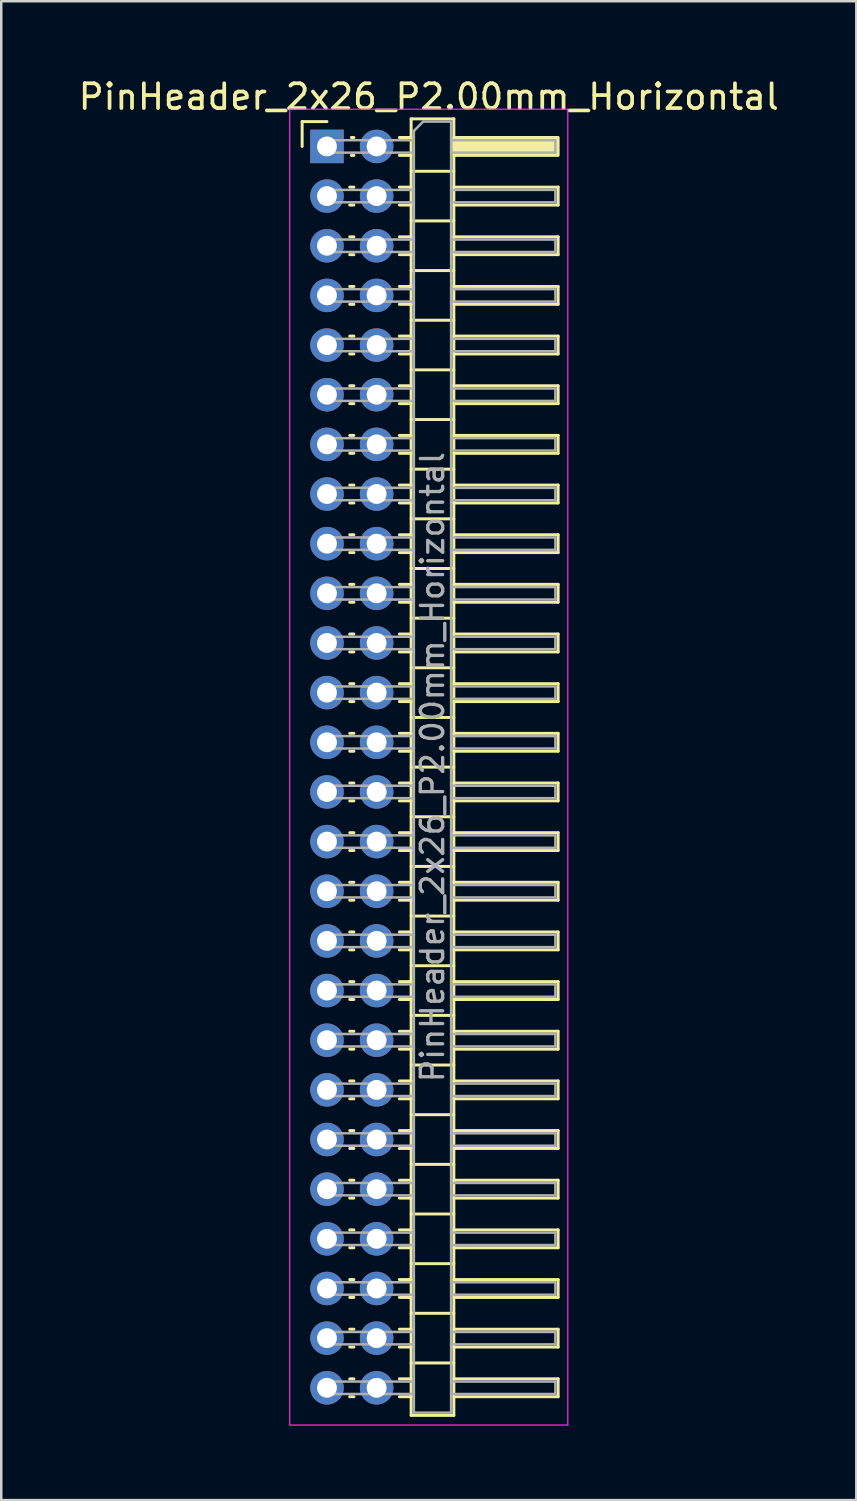
<source format=kicad_pcb>
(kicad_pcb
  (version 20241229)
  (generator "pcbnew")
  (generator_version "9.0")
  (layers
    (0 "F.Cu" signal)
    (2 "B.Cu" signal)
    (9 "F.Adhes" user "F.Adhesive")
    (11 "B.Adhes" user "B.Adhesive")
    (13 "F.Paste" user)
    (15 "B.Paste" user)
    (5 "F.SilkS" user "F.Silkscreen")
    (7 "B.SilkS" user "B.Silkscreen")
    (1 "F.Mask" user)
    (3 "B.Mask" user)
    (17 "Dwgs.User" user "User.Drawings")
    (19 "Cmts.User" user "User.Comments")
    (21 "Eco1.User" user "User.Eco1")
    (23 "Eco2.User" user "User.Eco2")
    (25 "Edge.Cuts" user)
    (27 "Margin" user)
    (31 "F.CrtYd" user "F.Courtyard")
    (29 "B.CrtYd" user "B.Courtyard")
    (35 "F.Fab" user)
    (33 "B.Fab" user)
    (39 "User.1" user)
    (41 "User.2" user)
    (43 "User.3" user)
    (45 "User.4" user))
  (footprint "PinHeader_2x26_P2.00mm_Horizontal"
    (layer "F.Cu")
    (at 10.12 2.848)
    (property "Reference" "PinHeader_2x26_P2.00mm_Horizontal" (at 4.1 -2 0) (layer "F.SilkS") (effects (font (size 1 1) (thickness 0.15))))
    (attr through_hole)
    (fp_line (start -1 -1) (end 0 -1) (stroke (width 0.12) (type solid)) (layer "F.SilkS"))
    (fp_line (start -1 0) (end -1 -1) (stroke (width 0.12) (type solid)) (layer "F.SilkS"))
    (fp_line (start 0.917 1.64) (end 1.083 1.64) (stroke (width 0.12) (type solid)) (layer "F.SilkS"))
    (fp_line (start 0.917 2.36) (end 1.083 2.36) (stroke (width 0.12) (type solid)) (layer "F.SilkS"))
    (fp_line (start 0.917 3.64) (end 1.083 3.64) (stroke (width 0.12) (type solid)) (layer "F.SilkS"))
    (fp_line (start 0.917 4.36) (end 1.083 4.36) (stroke (width 0.12) (type solid)) (layer "F.SilkS"))
    (fp_line (start 0.917 5.64) (end 1.083 5.64) (stroke (width 0.12) (type solid)) (layer "F.SilkS"))
    (fp_line (start 0.917 6.36) (end 1.083 6.36) (stroke (width 0.12) (type solid)) (layer "F.SilkS"))
    (fp_line (start 0.917 7.64) (end 1.083 7.64) (stroke (width 0.12) (type solid)) (layer "F.SilkS"))
    (fp_line (start 0.917 8.36) (end 1.083 8.36) (stroke (width 0.12) (type solid)) (layer "F.SilkS"))
    (fp_line (start 0.917 9.64) (end 1.083 9.64) (stroke (width 0.12) (type solid)) (layer "F.SilkS"))
    (fp_line (start 0.917 10.36) (end 1.083 10.36) (stroke (width 0.12) (type solid)) (layer "F.SilkS"))
    (fp_line (start 0.917 11.64) (end 1.083 11.64) (stroke (width 0.12) (type solid)) (layer "F.SilkS"))
    (fp_line (start 0.917 12.36) (end 1.083 12.36) (stroke (width 0.12) (type solid)) (layer "F.SilkS"))
    (fp_line (start 0.917 13.64) (end 1.083 13.64) (stroke (width 0.12) (type solid)) (layer "F.SilkS"))
    (fp_line (start 0.917 14.36) (end 1.083 14.36) (stroke (width 0.12) (type solid)) (layer "F.SilkS"))
    (fp_line (start 0.917 15.64) (end 1.083 15.64) (stroke (width 0.12) (type solid)) (layer "F.SilkS"))
    (fp_line (start 0.917 16.36) (end 1.083 16.36) (stroke (width 0.12) (type solid)) (layer "F.SilkS"))
    (fp_line (start 0.917 17.64) (end 1.083 17.64) (stroke (width 0.12) (type solid)) (layer "F.SilkS"))
    (fp_line (start 0.917 18.36) (end 1.083 18.36) (stroke (width 0.12) (type solid)) (layer "F.SilkS"))
    (fp_line (start 0.917 19.64) (end 1.083 19.64) (stroke (width 0.12) (type solid)) (layer "F.SilkS"))
    (fp_line (start 0.917 20.36) (end 1.083 20.36) (stroke (width 0.12) (type solid)) (layer "F.SilkS"))
    (fp_line (start 0.917 21.64) (end 1.083 21.64) (stroke (width 0.12) (type solid)) (layer "F.SilkS"))
    (fp_line (start 0.917 22.36) (end 1.083 22.36) (stroke (width 0.12) (type solid)) (layer "F.SilkS"))
    (fp_line (start 0.917 23.64) (end 1.083 23.64) (stroke (width 0.12) (type solid)) (layer "F.SilkS"))
    (fp_line (start 0.917 24.36) (end 1.083 24.36) (stroke (width 0.12) (type solid)) (layer "F.SilkS"))
    (fp_line (start 0.917 25.64) (end 1.083 25.64) (stroke (width 0.12) (type solid)) (layer "F.SilkS"))
    (fp_line (start 0.917 26.36) (end 1.083 26.36) (stroke (width 0.12) (type solid)) (layer "F.SilkS"))
    (fp_line (start 0.917 27.64) (end 1.083 27.64) (stroke (width 0.12) (type solid)) (layer "F.SilkS"))
    (fp_line (start 0.917 28.36) (end 1.083 28.36) (stroke (width 0.12) (type solid)) (layer "F.SilkS"))
    (fp_line (start 0.917 29.64) (end 1.083 29.64) (stroke (width 0.12) (type solid)) (layer "F.SilkS"))
    (fp_line (start 0.917 30.36) (end 1.083 30.36) (stroke (width 0.12) (type solid)) (layer "F.SilkS"))
    (fp_line (start 0.917 31.64) (end 1.083 31.64) (stroke (width 0.12) (type solid)) (layer "F.SilkS"))
    (fp_line (start 0.917 32.36) (end 1.083 32.36) (stroke (width 0.12) (type solid)) (layer "F.SilkS"))
    (fp_line (start 0.917 33.64) (end 1.083 33.64) (stroke (width 0.12) (type solid)) (layer "F.SilkS"))
    (fp_line (start 0.917 34.36) (end 1.083 34.36) (stroke (width 0.12) (type solid)) (layer "F.SilkS"))
    (fp_line (start 0.917 35.64) (end 1.083 35.64) (stroke (width 0.12) (type solid)) (layer "F.SilkS"))
    (fp_line (start 0.917 36.36) (end 1.083 36.36) (stroke (width 0.12) (type solid)) (layer "F.SilkS"))
    (fp_line (start 0.917 37.64) (end 1.083 37.64) (stroke (width 0.12) (type solid)) (layer "F.SilkS"))
    (fp_line (start 0.917 38.36) (end 1.083 38.36) (stroke (width 0.12) (type solid)) (layer "F.SilkS"))
    (fp_line (start 0.917 39.64) (end 1.083 39.64) (stroke (width 0.12) (type solid)) (layer "F.SilkS"))
    (fp_line (start 0.917 40.36) (end 1.083 40.36) (stroke (width 0.12) (type solid)) (layer "F.SilkS"))
    (fp_line (start 0.917 41.64) (end 1.083 41.64) (stroke (width 0.12) (type solid)) (layer "F.SilkS"))
    (fp_line (start 0.917 42.36) (end 1.083 42.36) (stroke (width 0.12) (type solid)) (layer "F.SilkS"))
    (fp_line (start 0.917 43.64) (end 1.083 43.64) (stroke (width 0.12) (type solid)) (layer "F.SilkS"))
    (fp_line (start 0.917 44.36) (end 1.083 44.36) (stroke (width 0.12) (type solid)) (layer "F.SilkS"))
    (fp_line (start 0.917 45.64) (end 1.083 45.64) (stroke (width 0.12) (type solid)) (layer "F.SilkS"))
    (fp_line (start 0.917 46.36) (end 1.083 46.36) (stroke (width 0.12) (type solid)) (layer "F.SilkS"))
    (fp_line (start 0.917 47.64) (end 1.083 47.64) (stroke (width 0.12) (type solid)) (layer "F.SilkS"))
    (fp_line (start 0.917 48.36) (end 1.083 48.36) (stroke (width 0.12) (type solid)) (layer "F.SilkS"))
    (fp_line (start 0.917 49.64) (end 1.083 49.64) (stroke (width 0.12) (type solid)) (layer "F.SilkS"))
    (fp_line (start 0.917 50.36) (end 1.083 50.36) (stroke (width 0.12) (type solid)) (layer "F.SilkS"))
    (fp_line (start 0.985 -0.36) (end 1.083 -0.36) (stroke (width 0.12) (type solid)) (layer "F.SilkS"))
    (fp_line (start 0.985 0.36) (end 1.083 0.36) (stroke (width 0.12) (type solid)) (layer "F.SilkS"))
    (fp_line (start 2.917 -0.36) (end 3.39 -0.36) (stroke (width 0.12) (type solid)) (layer "F.SilkS"))
    (fp_line (start 2.917 0.36) (end 3.39 0.36) (stroke (width 0.12) (type solid)) (layer "F.SilkS"))
    (fp_line (start 2.917 1.64) (end 3.39 1.64) (stroke (width 0.12) (type solid)) (layer "F.SilkS"))
    (fp_line (start 2.917 2.36) (end 3.39 2.36) (stroke (width 0.12) (type solid)) (layer "F.SilkS"))
    (fp_line (start 2.917 3.64) (end 3.39 3.64) (stroke (width 0.12) (type solid)) (layer "F.SilkS"))
    (fp_line (start 2.917 4.36) (end 3.39 4.36) (stroke (width 0.12) (type solid)) (layer "F.SilkS"))
    (fp_line (start 2.917 5.64) (end 3.39 5.64) (stroke (width 0.12) (type solid)) (layer "F.SilkS"))
    (fp_line (start 2.917 6.36) (end 3.39 6.36) (stroke (width 0.12) (type solid)) (layer "F.SilkS"))
    (fp_line (start 2.917 7.64) (end 3.39 7.64) (stroke (width 0.12) (type solid)) (layer "F.SilkS"))
    (fp_line (start 2.917 8.36) (end 3.39 8.36) (stroke (width 0.12) (type solid)) (layer "F.SilkS"))
    (fp_line (start 2.917 9.64) (end 3.39 9.64) (stroke (width 0.12) (type solid)) (layer "F.SilkS"))
    (fp_line (start 2.917 10.36) (end 3.39 10.36) (stroke (width 0.12) (type solid)) (layer "F.SilkS"))
    (fp_line (start 2.917 11.64) (end 3.39 11.64) (stroke (width 0.12) (type solid)) (layer "F.SilkS"))
    (fp_line (start 2.917 12.36) (end 3.39 12.36) (stroke (width 0.12) (type solid)) (layer "F.SilkS"))
    (fp_line (start 2.917 13.64) (end 3.39 13.64) (stroke (width 0.12) (type solid)) (layer "F.SilkS"))
    (fp_line (start 2.917 14.36) (end 3.39 14.36) (stroke (width 0.12) (type solid)) (layer "F.SilkS"))
    (fp_line (start 2.917 15.64) (end 3.39 15.64) (stroke (width 0.12) (type solid)) (layer "F.SilkS"))
    (fp_line (start 2.917 16.36) (end 3.39 16.36) (stroke (width 0.12) (type solid)) (layer "F.SilkS"))
    (fp_line (start 2.917 17.64) (end 3.39 17.64) (stroke (width 0.12) (type solid)) (layer "F.SilkS"))
    (fp_line (start 2.917 18.36) (end 3.39 18.36) (stroke (width 0.12) (type solid)) (layer "F.SilkS"))
    (fp_line (start 2.917 19.64) (end 3.39 19.64) (stroke (width 0.12) (type solid)) (layer "F.SilkS"))
    (fp_line (start 2.917 20.36) (end 3.39 20.36) (stroke (width 0.12) (type solid)) (layer "F.SilkS"))
    (fp_line (start 2.917 21.64) (end 3.39 21.64) (stroke (width 0.12) (type solid)) (layer "F.SilkS"))
    (fp_line (start 2.917 22.36) (end 3.39 22.36) (stroke (width 0.12) (type solid)) (layer "F.SilkS"))
    (fp_line (start 2.917 23.64) (end 3.39 23.64) (stroke (width 0.12) (type solid)) (layer "F.SilkS"))
    (fp_line (start 2.917 24.36) (end 3.39 24.36) (stroke (width 0.12) (type solid)) (layer "F.SilkS"))
    (fp_line (start 2.917 25.64) (end 3.39 25.64) (stroke (width 0.12) (type solid)) (layer "F.SilkS"))
    (fp_line (start 2.917 26.36) (end 3.39 26.36) (stroke (width 0.12) (type solid)) (layer "F.SilkS"))
    (fp_line (start 2.917 27.64) (end 3.39 27.64) (stroke (width 0.12) (type solid)) (layer "F.SilkS"))
    (fp_line (start 2.917 28.36) (end 3.39 28.36) (stroke (width 0.12) (type solid)) (layer "F.SilkS"))
    (fp_line (start 2.917 29.64) (end 3.39 29.64) (stroke (width 0.12) (type solid)) (layer "F.SilkS"))
    (fp_line (start 2.917 30.36) (end 3.39 30.36) (stroke (width 0.12) (type solid)) (layer "F.SilkS"))
    (fp_line (start 2.917 31.64) (end 3.39 31.64) (stroke (width 0.12) (type solid)) (layer "F.SilkS"))
    (fp_line (start 2.917 32.36) (end 3.39 32.36) (stroke (width 0.12) (type solid)) (layer "F.SilkS"))
    (fp_line (start 2.917 33.64) (end 3.39 33.64) (stroke (width 0.12) (type solid)) (layer "F.SilkS"))
    (fp_line (start 2.917 34.36) (end 3.39 34.36) (stroke (width 0.12) (type solid)) (layer "F.SilkS"))
    (fp_line (start 2.917 35.64) (end 3.39 35.64) (stroke (width 0.12) (type solid)) (layer "F.SilkS"))
    (fp_line (start 2.917 36.36) (end 3.39 36.36) (stroke (width 0.12) (type solid)) (layer "F.SilkS"))
    (fp_line (start 2.917 37.64) (end 3.39 37.64) (stroke (width 0.12) (type solid)) (layer "F.SilkS"))
    (fp_line (start 2.917 38.36) (end 3.39 38.36) (stroke (width 0.12) (type solid)) (layer "F.SilkS"))
    (fp_line (start 2.917 39.64) (end 3.39 39.64) (stroke (width 0.12) (type solid)) (layer "F.SilkS"))
    (fp_line (start 2.917 40.36) (end 3.39 40.36) (stroke (width 0.12) (type solid)) (layer "F.SilkS"))
    (fp_line (start 2.917 41.64) (end 3.39 41.64) (stroke (width 0.12) (type solid)) (layer "F.SilkS"))
    (fp_line (start 2.917 42.36) (end 3.39 42.36) (stroke (width 0.12) (type solid)) (layer "F.SilkS"))
    (fp_line (start 2.917 43.64) (end 3.39 43.64) (stroke (width 0.12) (type solid)) (layer "F.SilkS"))
    (fp_line (start 2.917 44.36) (end 3.39 44.36) (stroke (width 0.12) (type solid)) (layer "F.SilkS"))
    (fp_line (start 2.917 45.64) (end 3.39 45.64) (stroke (width 0.12) (type solid)) (layer "F.SilkS"))
    (fp_line (start 2.917 46.36) (end 3.39 46.36) (stroke (width 0.12) (type solid)) (layer "F.SilkS"))
    (fp_line (start 2.917 47.64) (end 3.39 47.64) (stroke (width 0.12) (type solid)) (layer "F.SilkS"))
    (fp_line (start 2.917 48.36) (end 3.39 48.36) (stroke (width 0.12) (type solid)) (layer "F.SilkS"))
    (fp_line (start 2.917 49.64) (end 3.39 49.64) (stroke (width 0.12) (type solid)) (layer "F.SilkS"))
    (fp_line (start 2.917 50.36) (end 3.39 50.36) (stroke (width 0.12) (type solid)) (layer "F.SilkS"))
    (fp_line (start 3.39 -1.11) (end 3.39 51.11) (stroke (width 0.12) (type solid)) (layer "F.SilkS"))
    (fp_line (start 3.39 1) (end 5.11 1) (stroke (width 0.12) (type solid)) (layer "F.SilkS"))
    (fp_line (start 3.39 3) (end 5.11 3) (stroke (width 0.12) (type solid)) (layer "F.SilkS"))
    (fp_line (start 3.39 5) (end 5.11 5) (stroke (width 0.12) (type solid)) (layer "F.SilkS"))
    (fp_line (start 3.39 7) (end 5.11 7) (stroke (width 0.12) (type solid)) (layer "F.SilkS"))
    (fp_line (start 3.39 9) (end 5.11 9) (stroke (width 0.12) (type solid)) (layer "F.SilkS"))
    (fp_line (start 3.39 11) (end 5.11 11) (stroke (width 0.12) (type solid)) (layer "F.SilkS"))
    (fp_line (start 3.39 13) (end 5.11 13) (stroke (width 0.12) (type solid)) (layer "F.SilkS"))
    (fp_line (start 3.39 15) (end 5.11 15) (stroke (width 0.12) (type solid)) (layer "F.SilkS"))
    (fp_line (start 3.39 17) (end 5.11 17) (stroke (width 0.12) (type solid)) (layer "F.SilkS"))
    (fp_line (start 3.39 19) (end 5.11 19) (stroke (width 0.12) (type solid)) (layer "F.SilkS"))
    (fp_line (start 3.39 21) (end 5.11 21) (stroke (width 0.12) (type solid)) (layer "F.SilkS"))
    (fp_line (start 3.39 23) (end 5.11 23) (stroke (width 0.12) (type solid)) (layer "F.SilkS"))
    (fp_line (start 3.39 25) (end 5.11 25) (stroke (width 0.12) (type solid)) (layer "F.SilkS"))
    (fp_line (start 3.39 27) (end 5.11 27) (stroke (width 0.12) (type solid)) (layer "F.SilkS"))
    (fp_line (start 3.39 29) (end 5.11 29) (stroke (width 0.12) (type solid)) (layer "F.SilkS"))
    (fp_line (start 3.39 31) (end 5.11 31) (stroke (width 0.12) (type solid)) (layer "F.SilkS"))
    (fp_line (start 3.39 33) (end 5.11 33) (stroke (width 0.12) (type solid)) (layer "F.SilkS"))
    (fp_line (start 3.39 35) (end 5.11 35) (stroke (width 0.12) (type solid)) (layer "F.SilkS"))
    (fp_line (start 3.39 37) (end 5.11 37) (stroke (width 0.12) (type solid)) (layer "F.SilkS"))
    (fp_line (start 3.39 39) (end 5.11 39) (stroke (width 0.12) (type solid)) (layer "F.SilkS"))
    (fp_line (start 3.39 41) (end 5.11 41) (stroke (width 0.12) (type solid)) (layer "F.SilkS"))
    (fp_line (start 3.39 43) (end 5.11 43) (stroke (width 0.12) (type solid)) (layer "F.SilkS"))
    (fp_line (start 3.39 45) (end 5.11 45) (stroke (width 0.12) (type solid)) (layer "F.SilkS"))
    (fp_line (start 3.39 47) (end 5.11 47) (stroke (width 0.12) (type solid)) (layer "F.SilkS"))
    (fp_line (start 3.39 49) (end 5.11 49) (stroke (width 0.12) (type solid)) (layer "F.SilkS"))
    (fp_line (start 3.39 51.11) (end 5.11 51.11) (stroke (width 0.12) (type solid)) (layer "F.SilkS"))
    (fp_line (start 5.11 -1.11) (end 3.39 -1.11) (stroke (width 0.12) (type solid)) (layer "F.SilkS"))
    (fp_line (start 5.11 1.64) (end 9.31 1.64) (stroke (width 0.12) (type solid)) (layer "F.SilkS"))
    (fp_line (start 5.11 3.64) (end 9.31 3.64) (stroke (width 0.12) (type solid)) (layer "F.SilkS"))
    (fp_line (start 5.11 5.64) (end 9.31 5.64) (stroke (width 0.12) (type solid)) (layer "F.SilkS"))
    (fp_line (start 5.11 7.64) (end 9.31 7.64) (stroke (width 0.12) (type solid)) (layer "F.SilkS"))
    (fp_line (start 5.11 9.64) (end 9.31 9.64) (stroke (width 0.12) (type solid)) (layer "F.SilkS"))
    (fp_line (start 5.11 11.64) (end 9.31 11.64) (stroke (width 0.12) (type solid)) (layer "F.SilkS"))
    (fp_line (start 5.11 13.64) (end 9.31 13.64) (stroke (width 0.12) (type solid)) (layer "F.SilkS"))
    (fp_line (start 5.11 15.64) (end 9.31 15.64) (stroke (width 0.12) (type solid)) (layer "F.SilkS"))
    (fp_line (start 5.11 17.64) (end 9.31 17.64) (stroke (width 0.12) (type solid)) (layer "F.SilkS"))
    (fp_line (start 5.11 19.64) (end 9.31 19.64) (stroke (width 0.12) (type solid)) (layer "F.SilkS"))
    (fp_line (start 5.11 21.64) (end 9.31 21.64) (stroke (width 0.12) (type solid)) (layer "F.SilkS"))
    (fp_line (start 5.11 23.64) (end 9.31 23.64) (stroke (width 0.12) (type solid)) (layer "F.SilkS"))
    (fp_line (start 5.11 25.64) (end 9.31 25.64) (stroke (width 0.12) (type solid)) (layer "F.SilkS"))
    (fp_line (start 5.11 27.64) (end 9.31 27.64) (stroke (width 0.12) (type solid)) (layer "F.SilkS"))
    (fp_line (start 5.11 29.64) (end 9.31 29.64) (stroke (width 0.12) (type solid)) (layer "F.SilkS"))
    (fp_line (start 5.11 31.64) (end 9.31 31.64) (stroke (width 0.12) (type solid)) (layer "F.SilkS"))
    (fp_line (start 5.11 33.64) (end 9.31 33.64) (stroke (width 0.12) (type solid)) (layer "F.SilkS"))
    (fp_line (start 5.11 35.64) (end 9.31 35.64) (stroke (width 0.12) (type solid)) (layer "F.SilkS"))
    (fp_line (start 5.11 37.64) (end 9.31 37.64) (stroke (width 0.12) (type solid)) (layer "F.SilkS"))
    (fp_line (start 5.11 39.64) (end 9.31 39.64) (stroke (width 0.12) (type solid)) (layer "F.SilkS"))
    (fp_line (start 5.11 41.64) (end 9.31 41.64) (stroke (width 0.12) (type solid)) (layer "F.SilkS"))
    (fp_line (start 5.11 43.64) (end 9.31 43.64) (stroke (width 0.12) (type solid)) (layer "F.SilkS"))
    (fp_line (start 5.11 45.64) (end 9.31 45.64) (stroke (width 0.12) (type solid)) (layer "F.SilkS"))
    (fp_line (start 5.11 47.64) (end 9.31 47.64) (stroke (width 0.12) (type solid)) (layer "F.SilkS"))
    (fp_line (start 5.11 49.64) (end 9.31 49.64) (stroke (width 0.12) (type solid)) (layer "F.SilkS"))
    (fp_line (start 5.11 51.11) (end 5.11 -1.11) (stroke (width 0.12) (type solid)) (layer "F.SilkS"))
    (fp_line (start 9.31 1.64) (end 9.31 2.36) (stroke (width 0.12) (type solid)) (layer "F.SilkS"))
    (fp_line (start 9.31 2.36) (end 5.11 2.36) (stroke (width 0.12) (type solid)) (layer "F.SilkS"))
    (fp_line (start 9.31 3.64) (end 9.31 4.36) (stroke (width 0.12) (type solid)) (layer "F.SilkS"))
    (fp_line (start 9.31 4.36) (end 5.11 4.36) (stroke (width 0.12) (type solid)) (layer "F.SilkS"))
    (fp_line (start 9.31 5.64) (end 9.31 6.36) (stroke (width 0.12) (type solid)) (layer "F.SilkS"))
    (fp_line (start 9.31 6.36) (end 5.11 6.36) (stroke (width 0.12) (type solid)) (layer "F.SilkS"))
    (fp_line (start 9.31 7.64) (end 9.31 8.36) (stroke (width 0.12) (type solid)) (layer "F.SilkS"))
    (fp_line (start 9.31 8.36) (end 5.11 8.36) (stroke (width 0.12) (type solid)) (layer "F.SilkS"))
    (fp_line (start 9.31 9.64) (end 9.31 10.36) (stroke (width 0.12) (type solid)) (layer "F.SilkS"))
    (fp_line (start 9.31 10.36) (end 5.11 10.36) (stroke (width 0.12) (type solid)) (layer "F.SilkS"))
    (fp_line (start 9.31 11.64) (end 9.31 12.36) (stroke (width 0.12) (type solid)) (layer "F.SilkS"))
    (fp_line (start 9.31 12.36) (end 5.11 12.36) (stroke (width 0.12) (type solid)) (layer "F.SilkS"))
    (fp_line (start 9.31 13.64) (end 9.31 14.36) (stroke (width 0.12) (type solid)) (layer "F.SilkS"))
    (fp_line (start 9.31 14.36) (end 5.11 14.36) (stroke (width 0.12) (type solid)) (layer "F.SilkS"))
    (fp_line (start 9.31 15.64) (end 9.31 16.36) (stroke (width 0.12) (type solid)) (layer "F.SilkS"))
    (fp_line (start 9.31 16.36) (end 5.11 16.36) (stroke (width 0.12) (type solid)) (layer "F.SilkS"))
    (fp_line (start 9.31 17.64) (end 9.31 18.36) (stroke (width 0.12) (type solid)) (layer "F.SilkS"))
    (fp_line (start 9.31 18.36) (end 5.11 18.36) (stroke (width 0.12) (type solid)) (layer "F.SilkS"))
    (fp_line (start 9.31 19.64) (end 9.31 20.36) (stroke (width 0.12) (type solid)) (layer "F.SilkS"))
    (fp_line (start 9.31 20.36) (end 5.11 20.36) (stroke (width 0.12) (type solid)) (layer "F.SilkS"))
    (fp_line (start 9.31 21.64) (end 9.31 22.36) (stroke (width 0.12) (type solid)) (layer "F.SilkS"))
    (fp_line (start 9.31 22.36) (end 5.11 22.36) (stroke (width 0.12) (type solid)) (layer "F.SilkS"))
    (fp_line (start 9.31 23.64) (end 9.31 24.36) (stroke (width 0.12) (type solid)) (layer "F.SilkS"))
    (fp_line (start 9.31 24.36) (end 5.11 24.36) (stroke (width 0.12) (type solid)) (layer "F.SilkS"))
    (fp_line (start 9.31 25.64) (end 9.31 26.36) (stroke (width 0.12) (type solid)) (layer "F.SilkS"))
    (fp_line (start 9.31 26.36) (end 5.11 26.36) (stroke (width 0.12) (type solid)) (layer "F.SilkS"))
    (fp_line (start 9.31 27.64) (end 9.31 28.36) (stroke (width 0.12) (type solid)) (layer "F.SilkS"))
    (fp_line (start 9.31 28.36) (end 5.11 28.36) (stroke (width 0.12) (type solid)) (layer "F.SilkS"))
    (fp_line (start 9.31 29.64) (end 9.31 30.36) (stroke (width 0.12) (type solid)) (layer "F.SilkS"))
    (fp_line (start 9.31 30.36) (end 5.11 30.36) (stroke (width 0.12) (type solid)) (layer "F.SilkS"))
    (fp_line (start 9.31 31.64) (end 9.31 32.36) (stroke (width 0.12) (type solid)) (layer "F.SilkS"))
    (fp_line (start 9.31 32.36) (end 5.11 32.36) (stroke (width 0.12) (type solid)) (layer "F.SilkS"))
    (fp_line (start 9.31 33.64) (end 9.31 34.36) (stroke (width 0.12) (type solid)) (layer "F.SilkS"))
    (fp_line (start 9.31 34.36) (end 5.11 34.36) (stroke (width 0.12) (type solid)) (layer "F.SilkS"))
    (fp_line (start 9.31 35.64) (end 9.31 36.36) (stroke (width 0.12) (type solid)) (layer "F.SilkS"))
    (fp_line (start 9.31 36.36) (end 5.11 36.36) (stroke (width 0.12) (type solid)) (layer "F.SilkS"))
    (fp_line (start 9.31 37.64) (end 9.31 38.36) (stroke (width 0.12) (type solid)) (layer "F.SilkS"))
    (fp_line (start 9.31 38.36) (end 5.11 38.36) (stroke (width 0.12) (type solid)) (layer "F.SilkS"))
    (fp_line (start 9.31 39.64) (end 9.31 40.36) (stroke (width 0.12) (type solid)) (layer "F.SilkS"))
    (fp_line (start 9.31 40.36) (end 5.11 40.36) (stroke (width 0.12) (type solid)) (layer "F.SilkS"))
    (fp_line (start 9.31 41.64) (end 9.31 42.36) (stroke (width 0.12) (type solid)) (layer "F.SilkS"))
    (fp_line (start 9.31 42.36) (end 5.11 42.36) (stroke (width 0.12) (type solid)) (layer "F.SilkS"))
    (fp_line (start 9.31 43.64) (end 9.31 44.36) (stroke (width 0.12) (type solid)) (layer "F.SilkS"))
    (fp_line (start 9.31 44.36) (end 5.11 44.36) (stroke (width 0.12) (type solid)) (layer "F.SilkS"))
    (fp_line (start 9.31 45.64) (end 9.31 46.36) (stroke (width 0.12) (type solid)) (layer "F.SilkS"))
    (fp_line (start 9.31 46.36) (end 5.11 46.36) (stroke (width 0.12) (type solid)) (layer "F.SilkS"))
    (fp_line (start 9.31 47.64) (end 9.31 48.36) (stroke (width 0.12) (type solid)) (layer "F.SilkS"))
    (fp_line (start 9.31 48.36) (end 5.11 48.36) (stroke (width 0.12) (type solid)) (layer "F.SilkS"))
    (fp_line (start 9.31 49.64) (end 9.31 50.36) (stroke (width 0.12) (type solid)) (layer "F.SilkS"))
    (fp_line (start 9.31 50.36) (end 5.11 50.36) (stroke (width 0.12) (type solid)) (layer "F.SilkS"))
    (fp_rect (start 5.11 -0.36) (end 9.31 0.36) (stroke (width 0.12) (type solid)) (fill yes) (layer "F.SilkS"))
    (fp_line (start -1.5 -1.5) (end -1.5 51.5) (stroke (width 0.05) (type solid)) (layer "F.CrtYd"))
    (fp_line (start -1.5 51.5) (end 9.7 51.5) (stroke (width 0.05) (type solid)) (layer "F.CrtYd"))
    (fp_line (start 9.7 -1.5) (end -1.5 -1.5) (stroke (width 0.05) (type solid)) (layer "F.CrtYd"))
    (fp_line (start 9.7 51.5) (end 9.7 -1.5) (stroke (width 0.05) (type solid)) (layer "F.CrtYd"))
    (fp_line (start -0.25 -0.25) (end -0.25 0.25) (stroke (width 0.1) (type solid)) (layer "F.Fab"))
    (fp_line (start -0.25 -0.25) (end 3.5 -0.25) (stroke (width 0.1) (type solid)) (layer "F.Fab"))
    (fp_line (start -0.25 0.25) (end 3.5 0.25) (stroke (width 0.1) (type solid)) (layer "F.Fab"))
    (fp_line (start -0.25 1.75) (end -0.25 2.25) (stroke (width 0.1) (type solid)) (layer "F.Fab"))
    (fp_line (start -0.25 1.75) (end 3.5 1.75) (stroke (width 0.1) (type solid)) (layer "F.Fab"))
    (fp_line (start -0.25 2.25) (end 3.5 2.25) (stroke (width 0.1) (type solid)) (layer "F.Fab"))
    (fp_line (start -0.25 3.75) (end -0.25 4.25) (stroke (width 0.1) (type solid)) (layer "F.Fab"))
    (fp_line (start -0.25 3.75) (end 3.5 3.75) (stroke (width 0.1) (type solid)) (layer "F.Fab"))
    (fp_line (start -0.25 4.25) (end 3.5 4.25) (stroke (width 0.1) (type solid)) (layer "F.Fab"))
    (fp_line (start -0.25 5.75) (end -0.25 6.25) (stroke (width 0.1) (type solid)) (layer "F.Fab"))
    (fp_line (start -0.25 5.75) (end 3.5 5.75) (stroke (width 0.1) (type solid)) (layer "F.Fab"))
    (fp_line (start -0.25 6.25) (end 3.5 6.25) (stroke (width 0.1) (type solid)) (layer "F.Fab"))
    (fp_line (start -0.25 7.75) (end -0.25 8.25) (stroke (width 0.1) (type solid)) (layer "F.Fab"))
    (fp_line (start -0.25 7.75) (end 3.5 7.75) (stroke (width 0.1) (type solid)) (layer "F.Fab"))
    (fp_line (start -0.25 8.25) (end 3.5 8.25) (stroke (width 0.1) (type solid)) (layer "F.Fab"))
    (fp_line (start -0.25 9.75) (end -0.25 10.25) (stroke (width 0.1) (type solid)) (layer "F.Fab"))
    (fp_line (start -0.25 9.75) (end 3.5 9.75) (stroke (width 0.1) (type solid)) (layer "F.Fab"))
    (fp_line (start -0.25 10.25) (end 3.5 10.25) (stroke (width 0.1) (type solid)) (layer "F.Fab"))
    (fp_line (start -0.25 11.75) (end -0.25 12.25) (stroke (width 0.1) (type solid)) (layer "F.Fab"))
    (fp_line (start -0.25 11.75) (end 3.5 11.75) (stroke (width 0.1) (type solid)) (layer "F.Fab"))
    (fp_line (start -0.25 12.25) (end 3.5 12.25) (stroke (width 0.1) (type solid)) (layer "F.Fab"))
    (fp_line (start -0.25 13.75) (end -0.25 14.25) (stroke (width 0.1) (type solid)) (layer "F.Fab"))
    (fp_line (start -0.25 13.75) (end 3.5 13.75) (stroke (width 0.1) (type solid)) (layer "F.Fab"))
    (fp_line (start -0.25 14.25) (end 3.5 14.25) (stroke (width 0.1) (type solid)) (layer "F.Fab"))
    (fp_line (start -0.25 15.75) (end -0.25 16.25) (stroke (width 0.1) (type solid)) (layer "F.Fab"))
    (fp_line (start -0.25 15.75) (end 3.5 15.75) (stroke (width 0.1) (type solid)) (layer "F.Fab"))
    (fp_line (start -0.25 16.25) (end 3.5 16.25) (stroke (width 0.1) (type solid)) (layer "F.Fab"))
    (fp_line (start -0.25 17.75) (end -0.25 18.25) (stroke (width 0.1) (type solid)) (layer "F.Fab"))
    (fp_line (start -0.25 17.75) (end 3.5 17.75) (stroke (width 0.1) (type solid)) (layer "F.Fab"))
    (fp_line (start -0.25 18.25) (end 3.5 18.25) (stroke (width 0.1) (type solid)) (layer "F.Fab"))
    (fp_line (start -0.25 19.75) (end -0.25 20.25) (stroke (width 0.1) (type solid)) (layer "F.Fab"))
    (fp_line (start -0.25 19.75) (end 3.5 19.75) (stroke (width 0.1) (type solid)) (layer "F.Fab"))
    (fp_line (start -0.25 20.25) (end 3.5 20.25) (stroke (width 0.1) (type solid)) (layer "F.Fab"))
    (fp_line (start -0.25 21.75) (end -0.25 22.25) (stroke (width 0.1) (type solid)) (layer "F.Fab"))
    (fp_line (start -0.25 21.75) (end 3.5 21.75) (stroke (width 0.1) (type solid)) (layer "F.Fab"))
    (fp_line (start -0.25 22.25) (end 3.5 22.25) (stroke (width 0.1) (type solid)) (layer "F.Fab"))
    (fp_line (start -0.25 23.75) (end -0.25 24.25) (stroke (width 0.1) (type solid)) (layer "F.Fab"))
    (fp_line (start -0.25 23.75) (end 3.5 23.75) (stroke (width 0.1) (type solid)) (layer "F.Fab"))
    (fp_line (start -0.25 24.25) (end 3.5 24.25) (stroke (width 0.1) (type solid)) (layer "F.Fab"))
    (fp_line (start -0.25 25.75) (end -0.25 26.25) (stroke (width 0.1) (type solid)) (layer "F.Fab"))
    (fp_line (start -0.25 25.75) (end 3.5 25.75) (stroke (width 0.1) (type solid)) (layer "F.Fab"))
    (fp_line (start -0.25 26.25) (end 3.5 26.25) (stroke (width 0.1) (type solid)) (layer "F.Fab"))
    (fp_line (start -0.25 27.75) (end -0.25 28.25) (stroke (width 0.1) (type solid)) (layer "F.Fab"))
    (fp_line (start -0.25 27.75) (end 3.5 27.75) (stroke (width 0.1) (type solid)) (layer "F.Fab"))
    (fp_line (start -0.25 28.25) (end 3.5 28.25) (stroke (width 0.1) (type solid)) (layer "F.Fab"))
    (fp_line (start -0.25 29.75) (end -0.25 30.25) (stroke (width 0.1) (type solid)) (layer "F.Fab"))
    (fp_line (start -0.25 29.75) (end 3.5 29.75) (stroke (width 0.1) (type solid)) (layer "F.Fab"))
    (fp_line (start -0.25 30.25) (end 3.5 30.25) (stroke (width 0.1) (type solid)) (layer "F.Fab"))
    (fp_line (start -0.25 31.75) (end -0.25 32.25) (stroke (width 0.1) (type solid)) (layer "F.Fab"))
    (fp_line (start -0.25 31.75) (end 3.5 31.75) (stroke (width 0.1) (type solid)) (layer "F.Fab"))
    (fp_line (start -0.25 32.25) (end 3.5 32.25) (stroke (width 0.1) (type solid)) (layer "F.Fab"))
    (fp_line (start -0.25 33.75) (end -0.25 34.25) (stroke (width 0.1) (type solid)) (layer "F.Fab"))
    (fp_line (start -0.25 33.75) (end 3.5 33.75) (stroke (width 0.1) (type solid)) (layer "F.Fab"))
    (fp_line (start -0.25 34.25) (end 3.5 34.25) (stroke (width 0.1) (type solid)) (layer "F.Fab"))
    (fp_line (start -0.25 35.75) (end -0.25 36.25) (stroke (width 0.1) (type solid)) (layer "F.Fab"))
    (fp_line (start -0.25 35.75) (end 3.5 35.75) (stroke (width 0.1) (type solid)) (layer "F.Fab"))
    (fp_line (start -0.25 36.25) (end 3.5 36.25) (stroke (width 0.1) (type solid)) (layer "F.Fab"))
    (fp_line (start -0.25 37.75) (end -0.25 38.25) (stroke (width 0.1) (type solid)) (layer "F.Fab"))
    (fp_line (start -0.25 37.75) (end 3.5 37.75) (stroke (width 0.1) (type solid)) (layer "F.Fab"))
    (fp_line (start -0.25 38.25) (end 3.5 38.25) (stroke (width 0.1) (type solid)) (layer "F.Fab"))
    (fp_line (start -0.25 39.75) (end -0.25 40.25) (stroke (width 0.1) (type solid)) (layer "F.Fab"))
    (fp_line (start -0.25 39.75) (end 3.5 39.75) (stroke (width 0.1) (type solid)) (layer "F.Fab"))
    (fp_line (start -0.25 40.25) (end 3.5 40.25) (stroke (width 0.1) (type solid)) (layer "F.Fab"))
    (fp_line (start -0.25 41.75) (end -0.25 42.25) (stroke (width 0.1) (type solid)) (layer "F.Fab"))
    (fp_line (start -0.25 41.75) (end 3.5 41.75) (stroke (width 0.1) (type solid)) (layer "F.Fab"))
    (fp_line (start -0.25 42.25) (end 3.5 42.25) (stroke (width 0.1) (type solid)) (layer "F.Fab"))
    (fp_line (start -0.25 43.75) (end -0.25 44.25) (stroke (width 0.1) (type solid)) (layer "F.Fab"))
    (fp_line (start -0.25 43.75) (end 3.5 43.75) (stroke (width 0.1) (type solid)) (layer "F.Fab"))
    (fp_line (start -0.25 44.25) (end 3.5 44.25) (stroke (width 0.1) (type solid)) (layer "F.Fab"))
    (fp_line (start -0.25 45.75) (end -0.25 46.25) (stroke (width 0.1) (type solid)) (layer "F.Fab"))
    (fp_line (start -0.25 45.75) (end 3.5 45.75) (stroke (width 0.1) (type solid)) (layer "F.Fab"))
    (fp_line (start -0.25 46.25) (end 3.5 46.25) (stroke (width 0.1) (type solid)) (layer "F.Fab"))
    (fp_line (start -0.25 47.75) (end -0.25 48.25) (stroke (width 0.1) (type solid)) (layer "F.Fab"))
    (fp_line (start -0.25 47.75) (end 3.5 47.75) (stroke (width 0.1) (type solid)) (layer "F.Fab"))
    (fp_line (start -0.25 48.25) (end 3.5 48.25) (stroke (width 0.1) (type solid)) (layer "F.Fab"))
    (fp_line (start -0.25 49.75) (end -0.25 50.25) (stroke (width 0.1) (type solid)) (layer "F.Fab"))
    (fp_line (start -0.25 49.75) (end 3.5 49.75) (stroke (width 0.1) (type solid)) (layer "F.Fab"))
    (fp_line (start -0.25 50.25) (end 3.5 50.25) (stroke (width 0.1) (type solid)) (layer "F.Fab"))
    (fp_line (start 3.5 -0.625) (end 3.875 -1) (stroke (width 0.1) (type solid)) (layer "F.Fab"))
    (fp_line (start 3.5 51) (end 3.5 -0.625) (stroke (width 0.1) (type solid)) (layer "F.Fab"))
    (fp_line (start 3.875 -1) (end 5 -1) (stroke (width 0.1) (type solid)) (layer "F.Fab"))
    (fp_line (start 5 -1) (end 5 51) (stroke (width 0.1) (type solid)) (layer "F.Fab"))
    (fp_line (start 5 -0.25) (end 9.2 -0.25) (stroke (width 0.1) (type solid)) (layer "F.Fab"))
    (fp_line (start 5 0.25) (end 9.2 0.25) (stroke (width 0.1) (type solid)) (layer "F.Fab"))
    (fp_line (start 5 1.75) (end 9.2 1.75) (stroke (width 0.1) (type solid)) (layer "F.Fab"))
    (fp_line (start 5 2.25) (end 9.2 2.25) (stroke (width 0.1) (type solid)) (layer "F.Fab"))
    (fp_line (start 5 3.75) (end 9.2 3.75) (stroke (width 0.1) (type solid)) (layer "F.Fab"))
    (fp_line (start 5 4.25) (end 9.2 4.25) (stroke (width 0.1) (type solid)) (layer "F.Fab"))
    (fp_line (start 5 5.75) (end 9.2 5.75) (stroke (width 0.1) (type solid)) (layer "F.Fab"))
    (fp_line (start 5 6.25) (end 9.2 6.25) (stroke (width 0.1) (type solid)) (layer "F.Fab"))
    (fp_line (start 5 7.75) (end 9.2 7.75) (stroke (width 0.1) (type solid)) (layer "F.Fab"))
    (fp_line (start 5 8.25) (end 9.2 8.25) (stroke (width 0.1) (type solid)) (layer "F.Fab"))
    (fp_line (start 5 9.75) (end 9.2 9.75) (stroke (width 0.1) (type solid)) (layer "F.Fab"))
    (fp_line (start 5 10.25) (end 9.2 10.25) (stroke (width 0.1) (type solid)) (layer "F.Fab"))
    (fp_line (start 5 11.75) (end 9.2 11.75) (stroke (width 0.1) (type solid)) (layer "F.Fab"))
    (fp_line (start 5 12.25) (end 9.2 12.25) (stroke (width 0.1) (type solid)) (layer "F.Fab"))
    (fp_line (start 5 13.75) (end 9.2 13.75) (stroke (width 0.1) (type solid)) (layer "F.Fab"))
    (fp_line (start 5 14.25) (end 9.2 14.25) (stroke (width 0.1) (type solid)) (layer "F.Fab"))
    (fp_line (start 5 15.75) (end 9.2 15.75) (stroke (width 0.1) (type solid)) (layer "F.Fab"))
    (fp_line (start 5 16.25) (end 9.2 16.25) (stroke (width 0.1) (type solid)) (layer "F.Fab"))
    (fp_line (start 5 17.75) (end 9.2 17.75) (stroke (width 0.1) (type solid)) (layer "F.Fab"))
    (fp_line (start 5 18.25) (end 9.2 18.25) (stroke (width 0.1) (type solid)) (layer "F.Fab"))
    (fp_line (start 5 19.75) (end 9.2 19.75) (stroke (width 0.1) (type solid)) (layer "F.Fab"))
    (fp_line (start 5 20.25) (end 9.2 20.25) (stroke (width 0.1) (type solid)) (layer "F.Fab"))
    (fp_line (start 5 21.75) (end 9.2 21.75) (stroke (width 0.1) (type solid)) (layer "F.Fab"))
    (fp_line (start 5 22.25) (end 9.2 22.25) (stroke (width 0.1) (type solid)) (layer "F.Fab"))
    (fp_line (start 5 23.75) (end 9.2 23.75) (stroke (width 0.1) (type solid)) (layer "F.Fab"))
    (fp_line (start 5 24.25) (end 9.2 24.25) (stroke (width 0.1) (type solid)) (layer "F.Fab"))
    (fp_line (start 5 25.75) (end 9.2 25.75) (stroke (width 0.1) (type solid)) (layer "F.Fab"))
    (fp_line (start 5 26.25) (end 9.2 26.25) (stroke (width 0.1) (type solid)) (layer "F.Fab"))
    (fp_line (start 5 27.75) (end 9.2 27.75) (stroke (width 0.1) (type solid)) (layer "F.Fab"))
    (fp_line (start 5 28.25) (end 9.2 28.25) (stroke (width 0.1) (type solid)) (layer "F.Fab"))
    (fp_line (start 5 29.75) (end 9.2 29.75) (stroke (width 0.1) (type solid)) (layer "F.Fab"))
    (fp_line (start 5 30.25) (end 9.2 30.25) (stroke (width 0.1) (type solid)) (layer "F.Fab"))
    (fp_line (start 5 31.75) (end 9.2 31.75) (stroke (width 0.1) (type solid)) (layer "F.Fab"))
    (fp_line (start 5 32.25) (end 9.2 32.25) (stroke (width 0.1) (type solid)) (layer "F.Fab"))
    (fp_line (start 5 33.75) (end 9.2 33.75) (stroke (width 0.1) (type solid)) (layer "F.Fab"))
    (fp_line (start 5 34.25) (end 9.2 34.25) (stroke (width 0.1) (type solid)) (layer "F.Fab"))
    (fp_line (start 5 35.75) (end 9.2 35.75) (stroke (width 0.1) (type solid)) (layer "F.Fab"))
    (fp_line (start 5 36.25) (end 9.2 36.25) (stroke (width 0.1) (type solid)) (layer "F.Fab"))
    (fp_line (start 5 37.75) (end 9.2 37.75) (stroke (width 0.1) (type solid)) (layer "F.Fab"))
    (fp_line (start 5 38.25) (end 9.2 38.25) (stroke (width 0.1) (type solid)) (layer "F.Fab"))
    (fp_line (start 5 39.75) (end 9.2 39.75) (stroke (width 0.1) (type solid)) (layer "F.Fab"))
    (fp_line (start 5 40.25) (end 9.2 40.25) (stroke (width 0.1) (type solid)) (layer "F.Fab"))
    (fp_line (start 5 41.75) (end 9.2 41.75) (stroke (width 0.1) (type solid)) (layer "F.Fab"))
    (fp_line (start 5 42.25) (end 9.2 42.25) (stroke (width 0.1) (type solid)) (layer "F.Fab"))
    (fp_line (start 5 43.75) (end 9.2 43.75) (stroke (width 0.1) (type solid)) (layer "F.Fab"))
    (fp_line (start 5 44.25) (end 9.2 44.25) (stroke (width 0.1) (type solid)) (layer "F.Fab"))
    (fp_line (start 5 45.75) (end 9.2 45.75) (stroke (width 0.1) (type solid)) (layer "F.Fab"))
    (fp_line (start 5 46.25) (end 9.2 46.25) (stroke (width 0.1) (type solid)) (layer "F.Fab"))
    (fp_line (start 5 47.75) (end 9.2 47.75) (stroke (width 0.1) (type solid)) (layer "F.Fab"))
    (fp_line (start 5 48.25) (end 9.2 48.25) (stroke (width 0.1) (type solid)) (layer "F.Fab"))
    (fp_line (start 5 49.75) (end 9.2 49.75) (stroke (width 0.1) (type solid)) (layer "F.Fab"))
    (fp_line (start 5 50.25) (end 9.2 50.25) (stroke (width 0.1) (type solid)) (layer "F.Fab"))
    (fp_line (start 5 51) (end 3.5 51) (stroke (width 0.1) (type solid)) (layer "F.Fab"))
    (fp_line (start 9.2 -0.25) (end 9.2 0.25) (stroke (width 0.1) (type solid)) (layer "F.Fab"))
    (fp_line (start 9.2 1.75) (end 9.2 2.25) (stroke (width 0.1) (type solid)) (layer "F.Fab"))
    (fp_line (start 9.2 3.75) (end 9.2 4.25) (stroke (width 0.1) (type solid)) (layer "F.Fab"))
    (fp_line (start 9.2 5.75) (end 9.2 6.25) (stroke (width 0.1) (type solid)) (layer "F.Fab"))
    (fp_line (start 9.2 7.75) (end 9.2 8.25) (stroke (width 0.1) (type solid)) (layer "F.Fab"))
    (fp_line (start 9.2 9.75) (end 9.2 10.25) (stroke (width 0.1) (type solid)) (layer "F.Fab"))
    (fp_line (start 9.2 11.75) (end 9.2 12.25) (stroke (width 0.1) (type solid)) (layer "F.Fab"))
    (fp_line (start 9.2 13.75) (end 9.2 14.25) (stroke (width 0.1) (type solid)) (layer "F.Fab"))
    (fp_line (start 9.2 15.75) (end 9.2 16.25) (stroke (width 0.1) (type solid)) (layer "F.Fab"))
    (fp_line (start 9.2 17.75) (end 9.2 18.25) (stroke (width 0.1) (type solid)) (layer "F.Fab"))
    (fp_line (start 9.2 19.75) (end 9.2 20.25) (stroke (width 0.1) (type solid)) (layer "F.Fab"))
    (fp_line (start 9.2 21.75) (end 9.2 22.25) (stroke (width 0.1) (type solid)) (layer "F.Fab"))
    (fp_line (start 9.2 23.75) (end 9.2 24.25) (stroke (width 0.1) (type solid)) (layer "F.Fab"))
    (fp_line (start 9.2 25.75) (end 9.2 26.25) (stroke (width 0.1) (type solid)) (layer "F.Fab"))
    (fp_line (start 9.2 27.75) (end 9.2 28.25) (stroke (width 0.1) (type solid)) (layer "F.Fab"))
    (fp_line (start 9.2 29.75) (end 9.2 30.25) (stroke (width 0.1) (type solid)) (layer "F.Fab"))
    (fp_line (start 9.2 31.75) (end 9.2 32.25) (stroke (width 0.1) (type solid)) (layer "F.Fab"))
    (fp_line (start 9.2 33.75) (end 9.2 34.25) (stroke (width 0.1) (type solid)) (layer "F.Fab"))
    (fp_line (start 9.2 35.75) (end 9.2 36.25) (stroke (width 0.1) (type solid)) (layer "F.Fab"))
    (fp_line (start 9.2 37.75) (end 9.2 38.25) (stroke (width 0.1) (type solid)) (layer "F.Fab"))
    (fp_line (start 9.2 39.75) (end 9.2 40.25) (stroke (width 0.1) (type solid)) (layer "F.Fab"))
    (fp_line (start 9.2 41.75) (end 9.2 42.25) (stroke (width 0.1) (type solid)) (layer "F.Fab"))
    (fp_line (start 9.2 43.75) (end 9.2 44.25) (stroke (width 0.1) (type solid)) (layer "F.Fab"))
    (fp_line (start 9.2 45.75) (end 9.2 46.25) (stroke (width 0.1) (type solid)) (layer "F.Fab"))
    (fp_line (start 9.2 47.75) (end 9.2 48.25) (stroke (width 0.1) (type solid)) (layer "F.Fab"))
    (fp_line (start 9.2 49.75) (end 9.2 50.25) (stroke (width 0.1) (type solid)) (layer "F.Fab"))
    (fp_text user "${REFERENCE}" (at 4.25 25 90) (layer "F.Fab") (effects (font (size 0.9 0.9) (thickness 0.135))))
    (pad "1" thru_hole rect (at 0 0) (size 1.35 1.35) (drill 0.8) (layers "*.Cu" "*.Mask"))
    (pad "2" thru_hole circle (at 2 0) (size 1.35 1.35) (drill 0.8) (layers "*.Cu" "*.Mask"))
    (pad "3" thru_hole circle (at 0 2) (size 1.35 1.35) (drill 0.8) (layers "*.Cu" "*.Mask"))
    (pad "4" thru_hole circle (at 2 2) (size 1.35 1.35) (drill 0.8) (layers "*.Cu" "*.Mask"))
    (pad "5" thru_hole circle (at 0 4) (size 1.35 1.35) (drill 0.8) (layers "*.Cu" "*.Mask"))
    (pad "6" thru_hole circle (at 2 4) (size 1.35 1.35) (drill 0.8) (layers "*.Cu" "*.Mask"))
    (pad "7" thru_hole circle (at 0 6) (size 1.35 1.35) (drill 0.8) (layers "*.Cu" "*.Mask"))
    (pad "8" thru_hole circle (at 2 6) (size 1.35 1.35) (drill 0.8) (layers "*.Cu" "*.Mask"))
    (pad "9" thru_hole circle (at 0 8) (size 1.35 1.35) (drill 0.8) (layers "*.Cu" "*.Mask"))
    (pad "10" thru_hole circle (at 2 8) (size 1.35 1.35) (drill 0.8) (layers "*.Cu" "*.Mask"))
    (pad "11" thru_hole circle (at 0 10) (size 1.35 1.35) (drill 0.8) (layers "*.Cu" "*.Mask"))
    (pad "12" thru_hole circle (at 2 10) (size 1.35 1.35) (drill 0.8) (layers "*.Cu" "*.Mask"))
    (pad "13" thru_hole circle (at 0 12) (size 1.35 1.35) (drill 0.8) (layers "*.Cu" "*.Mask"))
    (pad "14" thru_hole circle (at 2 12) (size 1.35 1.35) (drill 0.8) (layers "*.Cu" "*.Mask"))
    (pad "15" thru_hole circle (at 0 14) (size 1.35 1.35) (drill 0.8) (layers "*.Cu" "*.Mask"))
    (pad "16" thru_hole circle (at 2 14) (size 1.35 1.35) (drill 0.8) (layers "*.Cu" "*.Mask"))
    (pad "17" thru_hole circle (at 0 16) (size 1.35 1.35) (drill 0.8) (layers "*.Cu" "*.Mask"))
    (pad "18" thru_hole circle (at 2 16) (size 1.35 1.35) (drill 0.8) (layers "*.Cu" "*.Mask"))
    (pad "19" thru_hole circle (at 0 18) (size 1.35 1.35) (drill 0.8) (layers "*.Cu" "*.Mask"))
    (pad "20" thru_hole circle (at 2 18) (size 1.35 1.35) (drill 0.8) (layers "*.Cu" "*.Mask"))
    (pad "21" thru_hole circle (at 0 20) (size 1.35 1.35) (drill 0.8) (layers "*.Cu" "*.Mask"))
    (pad "22" thru_hole circle (at 2 20) (size 1.35 1.35) (drill 0.8) (layers "*.Cu" "*.Mask"))
    (pad "23" thru_hole circle (at 0 22) (size 1.35 1.35) (drill 0.8) (layers "*.Cu" "*.Mask"))
    (pad "24" thru_hole circle (at 2 22) (size 1.35 1.35) (drill 0.8) (layers "*.Cu" "*.Mask"))
    (pad "25" thru_hole circle (at 0 24) (size 1.35 1.35) (drill 0.8) (layers "*.Cu" "*.Mask"))
    (pad "26" thru_hole circle (at 2 24) (size 1.35 1.35) (drill 0.8) (layers "*.Cu" "*.Mask"))
    (pad "27" thru_hole circle (at 0 26) (size 1.35 1.35) (drill 0.8) (layers "*.Cu" "*.Mask"))
    (pad "28" thru_hole circle (at 2 26) (size 1.35 1.35) (drill 0.8) (layers "*.Cu" "*.Mask"))
    (pad "29" thru_hole circle (at 0 28) (size 1.35 1.35) (drill 0.8) (layers "*.Cu" "*.Mask"))
    (pad "30" thru_hole circle (at 2 28) (size 1.35 1.35) (drill 0.8) (layers "*.Cu" "*.Mask"))
    (pad "31" thru_hole circle (at 0 30) (size 1.35 1.35) (drill 0.8) (layers "*.Cu" "*.Mask"))
    (pad "32" thru_hole circle (at 2 30) (size 1.35 1.35) (drill 0.8) (layers "*.Cu" "*.Mask"))
    (pad "33" thru_hole circle (at 0 32) (size 1.35 1.35) (drill 0.8) (layers "*.Cu" "*.Mask"))
    (pad "34" thru_hole circle (at 2 32) (size 1.35 1.35) (drill 0.8) (layers "*.Cu" "*.Mask"))
    (pad "35" thru_hole circle (at 0 34) (size 1.35 1.35) (drill 0.8) (layers "*.Cu" "*.Mask"))
    (pad "36" thru_hole circle (at 2 34) (size 1.35 1.35) (drill 0.8) (layers "*.Cu" "*.Mask"))
    (pad "37" thru_hole circle (at 0 36) (size 1.35 1.35) (drill 0.8) (layers "*.Cu" "*.Mask"))
    (pad "38" thru_hole circle (at 2 36) (size 1.35 1.35) (drill 0.8) (layers "*.Cu" "*.Mask"))
    (pad "39" thru_hole circle (at 0 38) (size 1.35 1.35) (drill 0.8) (layers "*.Cu" "*.Mask"))
    (pad "40" thru_hole circle (at 2 38) (size 1.35 1.35) (drill 0.8) (layers "*.Cu" "*.Mask"))
    (pad "41" thru_hole circle (at 0 40) (size 1.35 1.35) (drill 0.8) (layers "*.Cu" "*.Mask"))
    (pad "42" thru_hole circle (at 2 40) (size 1.35 1.35) (drill 0.8) (layers "*.Cu" "*.Mask"))
    (pad "43" thru_hole circle (at 0 42) (size 1.35 1.35) (drill 0.8) (layers "*.Cu" "*.Mask"))
    (pad "44" thru_hole circle (at 2 42) (size 1.35 1.35) (drill 0.8) (layers "*.Cu" "*.Mask"))
    (pad "45" thru_hole circle (at 0 44) (size 1.35 1.35) (drill 0.8) (layers "*.Cu" "*.Mask"))
    (pad "46" thru_hole circle (at 2 44) (size 1.35 1.35) (drill 0.8) (layers "*.Cu" "*.Mask"))
    (pad "47" thru_hole circle (at 0 46) (size 1.35 1.35) (drill 0.8) (layers "*.Cu" "*.Mask"))
    (pad "48" thru_hole circle (at 2 46) (size 1.35 1.35) (drill 0.8) (layers "*.Cu" "*.Mask"))
    (pad "49" thru_hole circle (at 0 48) (size 1.35 1.35) (drill 0.8) (layers "*.Cu" "*.Mask"))
    (pad "50" thru_hole circle (at 2 48) (size 1.35 1.35) (drill 0.8) (layers "*.Cu" "*.Mask"))
    (pad "51" thru_hole circle (at 0 50) (size 1.35 1.35) (drill 0.8) (layers "*.Cu" "*.Mask"))
    (pad "52" thru_hole circle (at 2 50) (size 1.35 1.35) (drill 0.8) (layers "*.Cu" "*.Mask")))
  (gr_rect
    (start -3 -3)
    (end 31.44 57.373)
    (stroke (width 0.1) (type default))
    (fill no)
    (layer "Edge.Cuts")))
</source>
